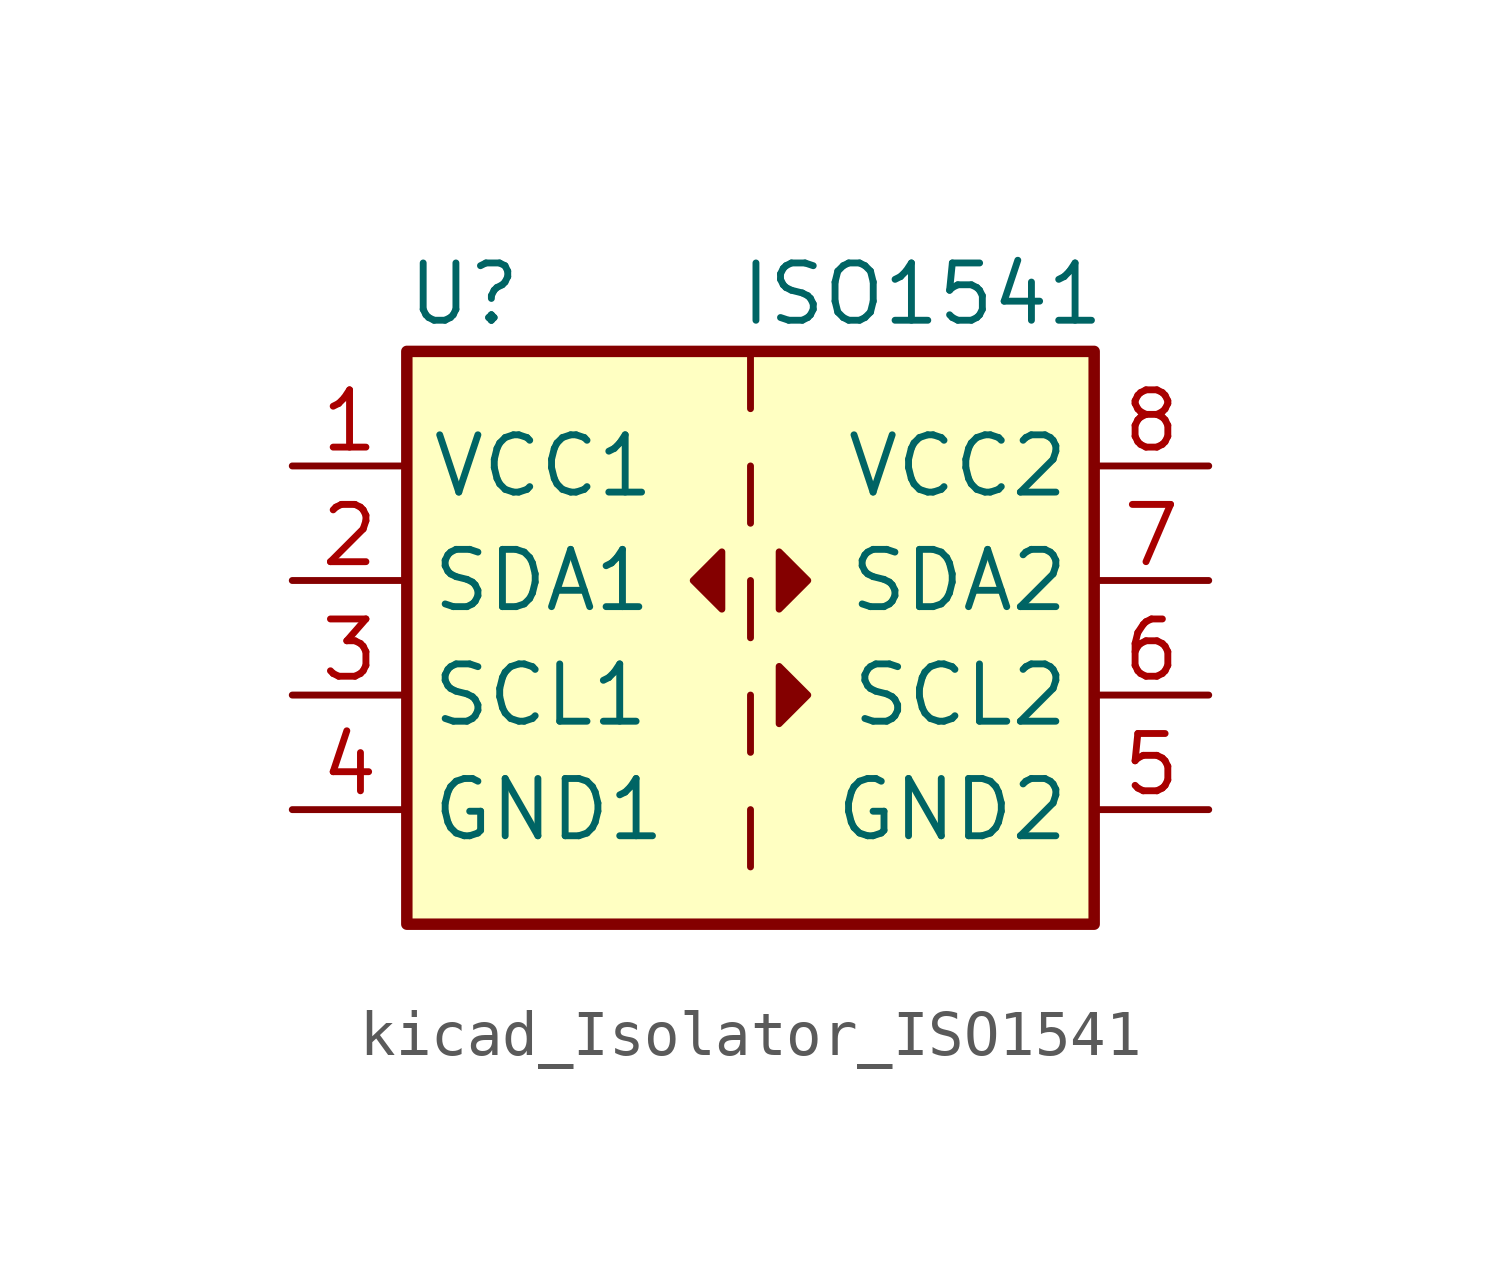
<source format=kicad_sym>
(kicad_symbol_lib
  (version 20220914)
  (generator kicad_symbol_editor)
  (symbol "kicad_Isolator_ISO1541"
    (property "Reference" "U"
      (at -6.35 6.35 0)
      (effects (font (size 1.27 1.27))))
    (property "Value" "ISO1541"
      (at 3.81 6.35 0)
      (effects (font (size 1.27 1.27))))
    (symbol "kicad_Isolator_ISO1541_0_1"
      (rectangle (start -7.62 5.08) (end 7.62 -7.62) (stroke (width 0.254) (type default)) (fill (type background)))
      (rectangle (start 0 -5.08) (end 0 -6.35) (stroke (width 0) (type default)) (fill (type none)))
      (polyline (pts (xy 0 -2.54) (xy 0 -3.81)) (stroke (width 0) (type default)) (fill (type none)))
      (polyline (pts (xy 0 0) (xy 0 -1.27)) (stroke (width 0) (type default)) (fill (type none)))
      (polyline (pts (xy 0 2.54) (xy 0 1.27)) (stroke (width 0) (type default)) (fill (type none)))
      (polyline (pts (xy 0 5.08) (xy 0 3.81)) (stroke (width 0) (type default)) (fill (type none)))
      (polyline (pts (xy -0.635 0.635) (xy -1.27 0) (xy -0.635 -0.635) (xy -0.635 0.635)) (stroke (width 0) (type default)) (fill (type outline)))
      (polyline (pts (xy 0.635 -1.905) (xy 1.27 -2.54) (xy 0.635 -3.175) (xy 0.635 -1.905)) (stroke (width 0) (type default)) (fill (type outline)))
      (polyline (pts (xy 0.635 0.635) (xy 1.27 0) (xy 0.635 -0.635) (xy 0.635 0.635)) (stroke (width 0) (type default)) (fill (type outline))))
    (symbol "kicad_Isolator_ISO1541_1_1"
      (pin power_in line (at -10.16 2.54 0) (length 2.54) (name "VCC1" (effects (font (size 1.27 1.27)))) (number "1" (effects (font (size 1.27 1.27)))))
      (pin bidirectional line (at -10.16 0 0) (length 2.54) (name "SDA1" (effects (font (size 1.27 1.27)))) (number "2" (effects (font (size 1.27 1.27)))))
      (pin input line (at -10.16 -2.54 0) (length 2.54) (name "SCL1" (effects (font (size 1.27 1.27)))) (number "3" (effects (font (size 1.27 1.27)))))
      (pin power_in line (at -10.16 -5.08 0) (length 2.54) (name "GND1" (effects (font (size 1.27 1.27)))) (number "4" (effects (font (size 1.27 1.27)))))
      (pin power_in line (at 10.16 -5.08 180) (length 2.54) (name "GND2" (effects (font (size 1.27 1.27)))) (number "5" (effects (font (size 1.27 1.27)))))
      (pin output line (at 10.16 -2.54 180) (length 2.54) (name "SCL2" (effects (font (size 1.27 1.27)))) (number "6" (effects (font (size 1.27 1.27)))))
      (pin bidirectional line (at 10.16 0 180) (length 2.54) (name "SDA2" (effects (font (size 1.27 1.27)))) (number "7" (effects (font (size 1.27 1.27)))))
      (pin power_in line (at 10.16 2.54 180) (length 2.54) (name "VCC2" (effects (font (size 1.27 1.27)))) (number "8" (effects (font (size 1.27 1.27))))))))
</source>
